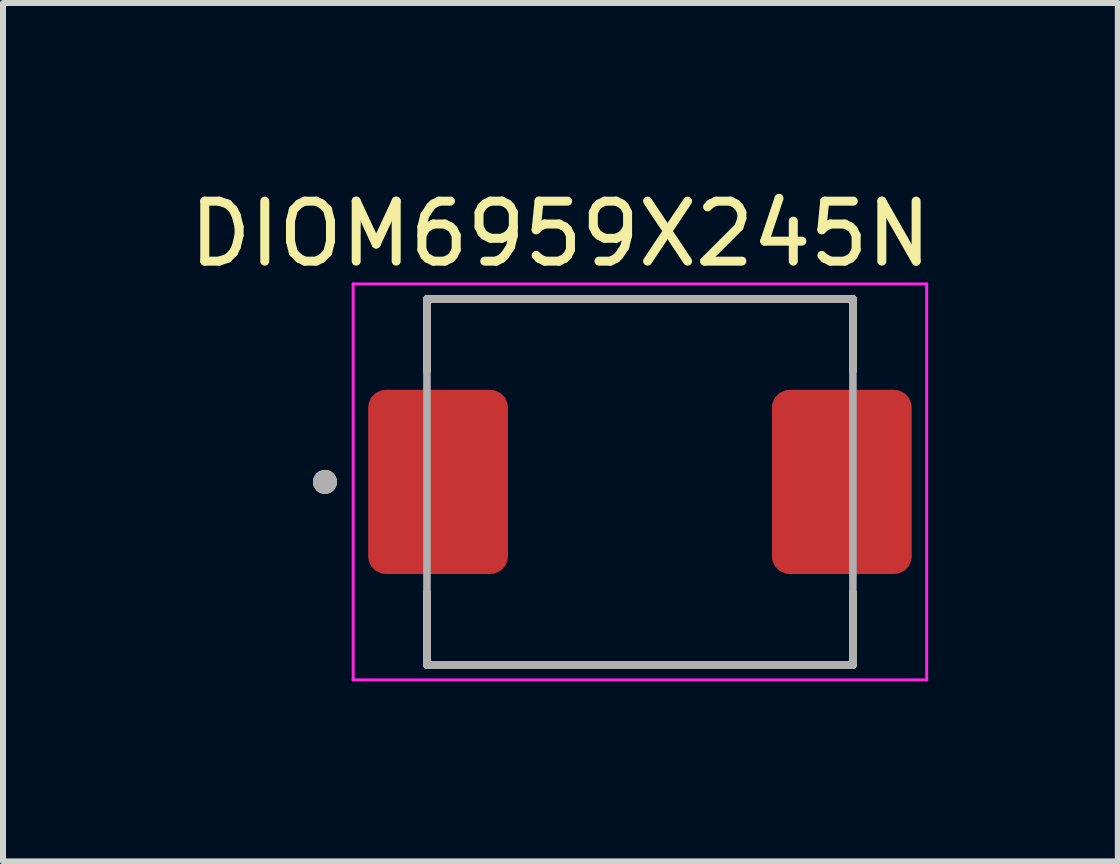
<source format=kicad_pcb>
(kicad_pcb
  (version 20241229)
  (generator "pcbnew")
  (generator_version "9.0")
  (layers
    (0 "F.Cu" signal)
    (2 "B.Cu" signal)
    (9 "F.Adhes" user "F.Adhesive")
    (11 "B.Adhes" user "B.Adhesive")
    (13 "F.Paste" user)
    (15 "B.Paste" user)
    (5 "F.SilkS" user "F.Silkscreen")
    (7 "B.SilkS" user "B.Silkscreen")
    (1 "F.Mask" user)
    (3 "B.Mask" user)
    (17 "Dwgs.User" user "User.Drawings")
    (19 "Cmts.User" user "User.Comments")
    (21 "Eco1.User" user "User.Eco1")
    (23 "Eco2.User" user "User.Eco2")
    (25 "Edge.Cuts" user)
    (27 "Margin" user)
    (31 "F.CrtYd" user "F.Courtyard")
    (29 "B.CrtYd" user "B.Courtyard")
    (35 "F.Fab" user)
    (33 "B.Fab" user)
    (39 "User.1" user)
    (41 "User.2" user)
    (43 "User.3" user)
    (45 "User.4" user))
  (footprint "DIOM6959X245N"
    (layer "F.Cu")
    (at 7.617 4.983)
    (property "Reference" "DIOM6959X245N" (at -1.325 -4.135 0) (layer "F.SilkS") (effects (font (size 1 1) (thickness 0.15))))
    (attr smd)
    (fp_line (start -3.55 -3.05) (end 3.55 -3.05) (stroke (width 0.127) (type solid)) (layer "F.SilkS"))
    (fp_line (start -3.55 -1.849) (end -3.55 -3.05) (stroke (width 0.127) (type solid)) (layer "F.SilkS"))
    (fp_line (start -3.55 1.849) (end -3.55 3.05) (stroke (width 0.127) (type solid)) (layer "F.SilkS"))
    (fp_line (start -3.55 3.05) (end 3.55 3.05) (stroke (width 0.127) (type solid)) (layer "F.SilkS"))
    (fp_line (start 3.55 -3.05) (end 3.55 -1.849) (stroke (width 0.127) (type solid)) (layer "F.SilkS"))
    (fp_line (start 3.55 3.05) (end 3.55 1.849) (stroke (width 0.127) (type solid)) (layer "F.SilkS"))
    (fp_circle (center -5.25 0) (end -5.15 0) (stroke (width 0.2) (type solid)) (fill no) (layer "F.SilkS"))
    (fp_line (start -4.78 -3.3) (end 4.78 -3.3) (stroke (width 0.05) (type solid)) (layer "F.CrtYd"))
    (fp_line (start -4.78 3.3) (end -4.78 -3.3) (stroke (width 0.05) (type solid)) (layer "F.CrtYd"))
    (fp_line (start 4.78 -3.3) (end 4.78 3.3) (stroke (width 0.05) (type solid)) (layer "F.CrtYd"))
    (fp_line (start 4.78 3.3) (end -4.78 3.3) (stroke (width 0.05) (type solid)) (layer "F.CrtYd"))
    (fp_line (start -3.55 -3.05) (end 3.55 -3.05) (stroke (width 0.127) (type solid)) (layer "F.Fab"))
    (fp_line (start -3.55 3.05) (end -3.55 -3.05) (stroke (width 0.127) (type solid)) (layer "F.Fab"))
    (fp_line (start 3.55 -3.05) (end 3.55 3.05) (stroke (width 0.127) (type solid)) (layer "F.Fab"))
    (fp_line (start 3.55 3.05) (end -3.55 3.05) (stroke (width 0.127) (type solid)) (layer "F.Fab"))
    (fp_circle (center -5.25 0) (end -5.15 0) (stroke (width 0.2) (type solid)) (fill no) (layer "F.Fab"))
    (pad "A" smd roundrect (at 3.365 0) (size 2.33 3.07) (layers "F.Cu" "F.Mask" "F.Paste") (roundrect_rratio 0.125))
    (pad "C" smd roundrect (at -3.365 0) (size 2.33 3.07) (layers "F.Cu" "F.Mask" "F.Paste") (roundrect_rratio 0.125)))
  (gr_rect
    (start -3 -3)
    (end 15.583 11.308)
    (stroke (width 0.1) (type default))
    (fill no)
    (layer "Edge.Cuts")))
</source>
